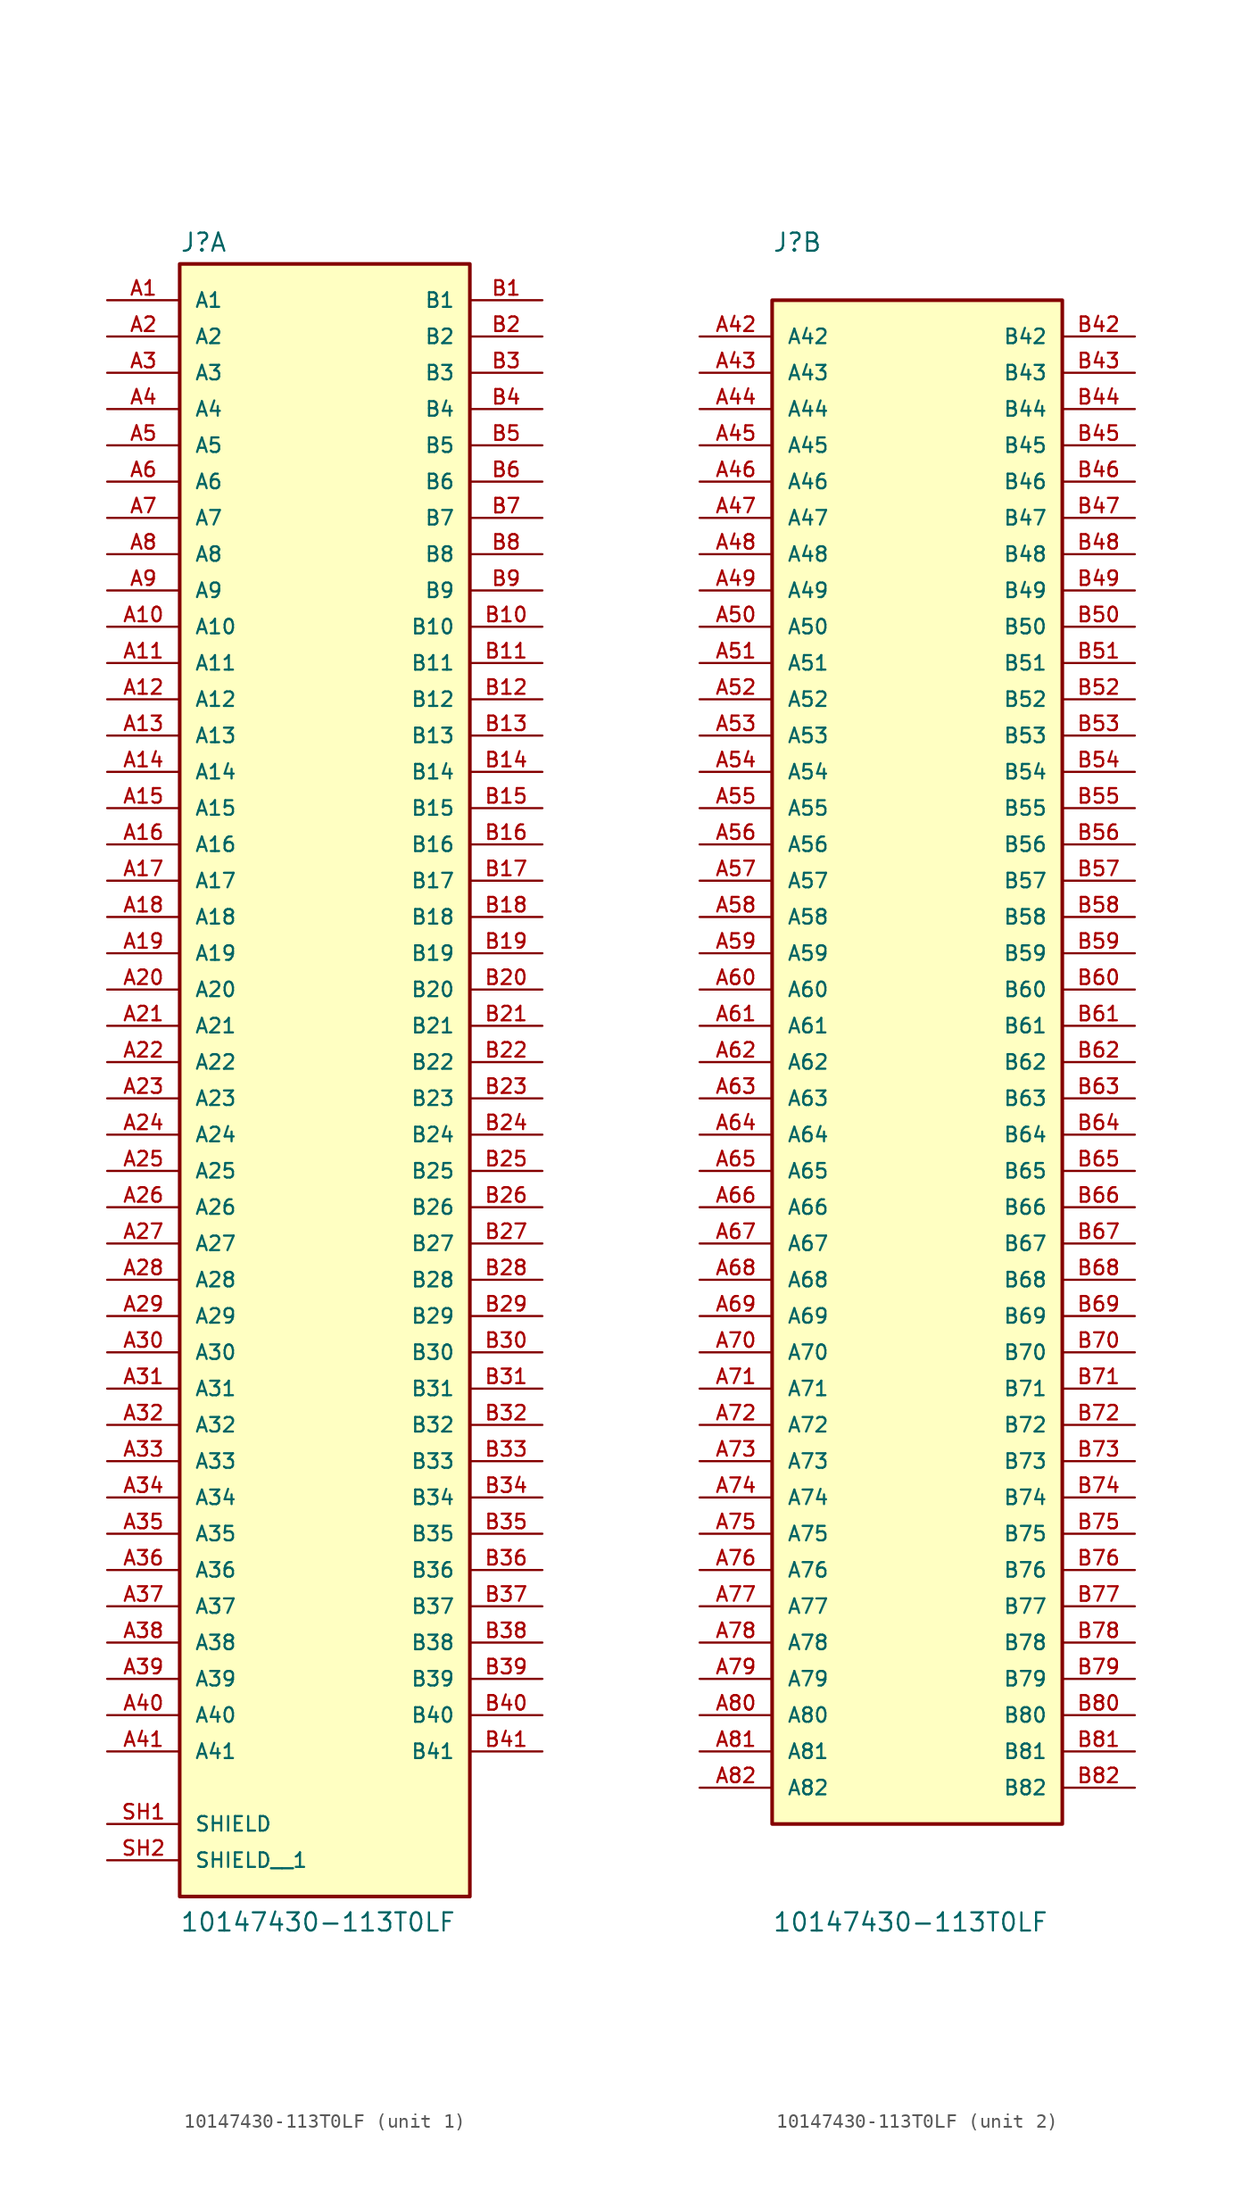
<source format=kicad_sym>
(kicad_symbol_lib
  (version 20231120)
  (generator "kicad_symbol_editor")
  (generator_version "8.0")
  (symbol "10147430-113T0LF"
    (pin_names
      (offset 1.016))
    (property "Reference" "J"
      (at -10.16 56.642 0)
      (effects (font (size 1.27 1.27)) (justify left bottom)))
    (property "Value" "10147430-113T0LF"
      (at -10.16 -60.96 0)
      (effects (font (size 1.27 1.27)) (justify left bottom)))
    (symbol "10147430-113T0LF_1_0"
      (rectangle (start -10.16 -58.42) (end 10.16 55.88) (stroke (width 0.254) (type default)) (fill (type background)))
      (pin passive line (at -15.24 53.34 0) (length 5.08) (name "A1" (effects (font (size 1.016 1.016)))) (number "A1" (effects (font (size 1.016 1.016)))))
      (pin passive line (at -15.24 30.48 0) (length 5.08) (name "A10" (effects (font (size 1.016 1.016)))) (number "A10" (effects (font (size 1.016 1.016)))))
      (pin passive line (at -15.24 27.94 0) (length 5.08) (name "A11" (effects (font (size 1.016 1.016)))) (number "A11" (effects (font (size 1.016 1.016)))))
      (pin passive line (at -15.24 25.4 0) (length 5.08) (name "A12" (effects (font (size 1.016 1.016)))) (number "A12" (effects (font (size 1.016 1.016)))))
      (pin passive line (at -15.24 22.86 0) (length 5.08) (name "A13" (effects (font (size 1.016 1.016)))) (number "A13" (effects (font (size 1.016 1.016)))))
      (pin passive line (at -15.24 20.32 0) (length 5.08) (name "A14" (effects (font (size 1.016 1.016)))) (number "A14" (effects (font (size 1.016 1.016)))))
      (pin passive line (at -15.24 17.78 0) (length 5.08) (name "A15" (effects (font (size 1.016 1.016)))) (number "A15" (effects (font (size 1.016 1.016)))))
      (pin passive line (at -15.24 15.24 0) (length 5.08) (name "A16" (effects (font (size 1.016 1.016)))) (number "A16" (effects (font (size 1.016 1.016)))))
      (pin passive line (at -15.24 12.7 0) (length 5.08) (name "A17" (effects (font (size 1.016 1.016)))) (number "A17" (effects (font (size 1.016 1.016)))))
      (pin passive line (at -15.24 10.16 0) (length 5.08) (name "A18" (effects (font (size 1.016 1.016)))) (number "A18" (effects (font (size 1.016 1.016)))))
      (pin passive line (at -15.24 7.62 0) (length 5.08) (name "A19" (effects (font (size 1.016 1.016)))) (number "A19" (effects (font (size 1.016 1.016)))))
      (pin passive line (at -15.24 50.8 0) (length 5.08) (name "A2" (effects (font (size 1.016 1.016)))) (number "A2" (effects (font (size 1.016 1.016)))))
      (pin passive line (at -15.24 5.08 0) (length 5.08) (name "A20" (effects (font (size 1.016 1.016)))) (number "A20" (effects (font (size 1.016 1.016)))))
      (pin passive line (at -15.24 2.54 0) (length 5.08) (name "A21" (effects (font (size 1.016 1.016)))) (number "A21" (effects (font (size 1.016 1.016)))))
      (pin passive line (at -15.24 0 0) (length 5.08) (name "A22" (effects (font (size 1.016 1.016)))) (number "A22" (effects (font (size 1.016 1.016)))))
      (pin passive line (at -15.24 -2.54 0) (length 5.08) (name "A23" (effects (font (size 1.016 1.016)))) (number "A23" (effects (font (size 1.016 1.016)))))
      (pin passive line (at -15.24 -5.08 0) (length 5.08) (name "A24" (effects (font (size 1.016 1.016)))) (number "A24" (effects (font (size 1.016 1.016)))))
      (pin passive line (at -15.24 -7.62 0) (length 5.08) (name "A25" (effects (font (size 1.016 1.016)))) (number "A25" (effects (font (size 1.016 1.016)))))
      (pin passive line (at -15.24 -10.16 0) (length 5.08) (name "A26" (effects (font (size 1.016 1.016)))) (number "A26" (effects (font (size 1.016 1.016)))))
      (pin passive line (at -15.24 -12.7 0) (length 5.08) (name "A27" (effects (font (size 1.016 1.016)))) (number "A27" (effects (font (size 1.016 1.016)))))
      (pin passive line (at -15.24 -15.24 0) (length 5.08) (name "A28" (effects (font (size 1.016 1.016)))) (number "A28" (effects (font (size 1.016 1.016)))))
      (pin passive line (at -15.24 -17.78 0) (length 5.08) (name "A29" (effects (font (size 1.016 1.016)))) (number "A29" (effects (font (size 1.016 1.016)))))
      (pin passive line (at -15.24 48.26 0) (length 5.08) (name "A3" (effects (font (size 1.016 1.016)))) (number "A3" (effects (font (size 1.016 1.016)))))
      (pin passive line (at -15.24 -20.32 0) (length 5.08) (name "A30" (effects (font (size 1.016 1.016)))) (number "A30" (effects (font (size 1.016 1.016)))))
      (pin passive line (at -15.24 -22.86 0) (length 5.08) (name "A31" (effects (font (size 1.016 1.016)))) (number "A31" (effects (font (size 1.016 1.016)))))
      (pin passive line (at -15.24 -25.4 0) (length 5.08) (name "A32" (effects (font (size 1.016 1.016)))) (number "A32" (effects (font (size 1.016 1.016)))))
      (pin passive line (at -15.24 -27.94 0) (length 5.08) (name "A33" (effects (font (size 1.016 1.016)))) (number "A33" (effects (font (size 1.016 1.016)))))
      (pin passive line (at -15.24 -30.48 0) (length 5.08) (name "A34" (effects (font (size 1.016 1.016)))) (number "A34" (effects (font (size 1.016 1.016)))))
      (pin passive line (at -15.24 -33.02 0) (length 5.08) (name "A35" (effects (font (size 1.016 1.016)))) (number "A35" (effects (font (size 1.016 1.016)))))
      (pin passive line (at -15.24 -35.56 0) (length 5.08) (name "A36" (effects (font (size 1.016 1.016)))) (number "A36" (effects (font (size 1.016 1.016)))))
      (pin passive line (at -15.24 -38.1 0) (length 5.08) (name "A37" (effects (font (size 1.016 1.016)))) (number "A37" (effects (font (size 1.016 1.016)))))
      (pin passive line (at -15.24 -40.64 0) (length 5.08) (name "A38" (effects (font (size 1.016 1.016)))) (number "A38" (effects (font (size 1.016 1.016)))))
      (pin passive line (at -15.24 -43.18 0) (length 5.08) (name "A39" (effects (font (size 1.016 1.016)))) (number "A39" (effects (font (size 1.016 1.016)))))
      (pin passive line (at -15.24 45.72 0) (length 5.08) (name "A4" (effects (font (size 1.016 1.016)))) (number "A4" (effects (font (size 1.016 1.016)))))
      (pin passive line (at -15.24 -45.72 0) (length 5.08) (name "A40" (effects (font (size 1.016 1.016)))) (number "A40" (effects (font (size 1.016 1.016)))))
      (pin passive line (at -15.24 -48.26 0) (length 5.08) (name "A41" (effects (font (size 1.016 1.016)))) (number "A41" (effects (font (size 1.016 1.016)))))
      (pin passive line (at -15.24 43.18 0) (length 5.08) (name "A5" (effects (font (size 1.016 1.016)))) (number "A5" (effects (font (size 1.016 1.016)))))
      (pin passive line (at -15.24 40.64 0) (length 5.08) (name "A6" (effects (font (size 1.016 1.016)))) (number "A6" (effects (font (size 1.016 1.016)))))
      (pin passive line (at -15.24 38.1 0) (length 5.08) (name "A7" (effects (font (size 1.016 1.016)))) (number "A7" (effects (font (size 1.016 1.016)))))
      (pin passive line (at -15.24 35.56 0) (length 5.08) (name "A8" (effects (font (size 1.016 1.016)))) (number "A8" (effects (font (size 1.016 1.016)))))
      (pin passive line (at -15.24 33.02 0) (length 5.08) (name "A9" (effects (font (size 1.016 1.016)))) (number "A9" (effects (font (size 1.016 1.016)))))
      (pin passive line (at 15.24 53.34 180) (length 5.08) (name "B1" (effects (font (size 1.016 1.016)))) (number "B1" (effects (font (size 1.016 1.016)))))
      (pin passive line (at 15.24 30.48 180) (length 5.08) (name "B10" (effects (font (size 1.016 1.016)))) (number "B10" (effects (font (size 1.016 1.016)))))
      (pin passive line (at 15.24 27.94 180) (length 5.08) (name "B11" (effects (font (size 1.016 1.016)))) (number "B11" (effects (font (size 1.016 1.016)))))
      (pin passive line (at 15.24 25.4 180) (length 5.08) (name "B12" (effects (font (size 1.016 1.016)))) (number "B12" (effects (font (size 1.016 1.016)))))
      (pin passive line (at 15.24 22.86 180) (length 5.08) (name "B13" (effects (font (size 1.016 1.016)))) (number "B13" (effects (font (size 1.016 1.016)))))
      (pin passive line (at 15.24 20.32 180) (length 5.08) (name "B14" (effects (font (size 1.016 1.016)))) (number "B14" (effects (font (size 1.016 1.016)))))
      (pin passive line (at 15.24 17.78 180) (length 5.08) (name "B15" (effects (font (size 1.016 1.016)))) (number "B15" (effects (font (size 1.016 1.016)))))
      (pin passive line (at 15.24 15.24 180) (length 5.08) (name "B16" (effects (font (size 1.016 1.016)))) (number "B16" (effects (font (size 1.016 1.016)))))
      (pin passive line (at 15.24 12.7 180) (length 5.08) (name "B17" (effects (font (size 1.016 1.016)))) (number "B17" (effects (font (size 1.016 1.016)))))
      (pin passive line (at 15.24 10.16 180) (length 5.08) (name "B18" (effects (font (size 1.016 1.016)))) (number "B18" (effects (font (size 1.016 1.016)))))
      (pin passive line (at 15.24 7.62 180) (length 5.08) (name "B19" (effects (font (size 1.016 1.016)))) (number "B19" (effects (font (size 1.016 1.016)))))
      (pin passive line (at 15.24 50.8 180) (length 5.08) (name "B2" (effects (font (size 1.016 1.016)))) (number "B2" (effects (font (size 1.016 1.016)))))
      (pin passive line (at 15.24 5.08 180) (length 5.08) (name "B20" (effects (font (size 1.016 1.016)))) (number "B20" (effects (font (size 1.016 1.016)))))
      (pin passive line (at 15.24 2.54 180) (length 5.08) (name "B21" (effects (font (size 1.016 1.016)))) (number "B21" (effects (font (size 1.016 1.016)))))
      (pin passive line (at 15.24 0 180) (length 5.08) (name "B22" (effects (font (size 1.016 1.016)))) (number "B22" (effects (font (size 1.016 1.016)))))
      (pin passive line (at 15.24 -2.54 180) (length 5.08) (name "B23" (effects (font (size 1.016 1.016)))) (number "B23" (effects (font (size 1.016 1.016)))))
      (pin passive line (at 15.24 -5.08 180) (length 5.08) (name "B24" (effects (font (size 1.016 1.016)))) (number "B24" (effects (font (size 1.016 1.016)))))
      (pin passive line (at 15.24 -7.62 180) (length 5.08) (name "B25" (effects (font (size 1.016 1.016)))) (number "B25" (effects (font (size 1.016 1.016)))))
      (pin passive line (at 15.24 -10.16 180) (length 5.08) (name "B26" (effects (font (size 1.016 1.016)))) (number "B26" (effects (font (size 1.016 1.016)))))
      (pin passive line (at 15.24 -12.7 180) (length 5.08) (name "B27" (effects (font (size 1.016 1.016)))) (number "B27" (effects (font (size 1.016 1.016)))))
      (pin passive line (at 15.24 -15.24 180) (length 5.08) (name "B28" (effects (font (size 1.016 1.016)))) (number "B28" (effects (font (size 1.016 1.016)))))
      (pin passive line (at 15.24 -17.78 180) (length 5.08) (name "B29" (effects (font (size 1.016 1.016)))) (number "B29" (effects (font (size 1.016 1.016)))))
      (pin passive line (at 15.24 48.26 180) (length 5.08) (name "B3" (effects (font (size 1.016 1.016)))) (number "B3" (effects (font (size 1.016 1.016)))))
      (pin passive line (at 15.24 -20.32 180) (length 5.08) (name "B30" (effects (font (size 1.016 1.016)))) (number "B30" (effects (font (size 1.016 1.016)))))
      (pin passive line (at 15.24 -22.86 180) (length 5.08) (name "B31" (effects (font (size 1.016 1.016)))) (number "B31" (effects (font (size 1.016 1.016)))))
      (pin passive line (at 15.24 -25.4 180) (length 5.08) (name "B32" (effects (font (size 1.016 1.016)))) (number "B32" (effects (font (size 1.016 1.016)))))
      (pin passive line (at 15.24 -27.94 180) (length 5.08) (name "B33" (effects (font (size 1.016 1.016)))) (number "B33" (effects (font (size 1.016 1.016)))))
      (pin passive line (at 15.24 -30.48 180) (length 5.08) (name "B34" (effects (font (size 1.016 1.016)))) (number "B34" (effects (font (size 1.016 1.016)))))
      (pin passive line (at 15.24 -33.02 180) (length 5.08) (name "B35" (effects (font (size 1.016 1.016)))) (number "B35" (effects (font (size 1.016 1.016)))))
      (pin passive line (at 15.24 -35.56 180) (length 5.08) (name "B36" (effects (font (size 1.016 1.016)))) (number "B36" (effects (font (size 1.016 1.016)))))
      (pin passive line (at 15.24 -38.1 180) (length 5.08) (name "B37" (effects (font (size 1.016 1.016)))) (number "B37" (effects (font (size 1.016 1.016)))))
      (pin passive line (at 15.24 -40.64 180) (length 5.08) (name "B38" (effects (font (size 1.016 1.016)))) (number "B38" (effects (font (size 1.016 1.016)))))
      (pin passive line (at 15.24 -43.18 180) (length 5.08) (name "B39" (effects (font (size 1.016 1.016)))) (number "B39" (effects (font (size 1.016 1.016)))))
      (pin passive line (at 15.24 45.72 180) (length 5.08) (name "B4" (effects (font (size 1.016 1.016)))) (number "B4" (effects (font (size 1.016 1.016)))))
      (pin passive line (at 15.24 -45.72 180) (length 5.08) (name "B40" (effects (font (size 1.016 1.016)))) (number "B40" (effects (font (size 1.016 1.016)))))
      (pin passive line (at 15.24 -48.26 180) (length 5.08) (name "B41" (effects (font (size 1.016 1.016)))) (number "B41" (effects (font (size 1.016 1.016)))))
      (pin passive line (at 15.24 43.18 180) (length 5.08) (name "B5" (effects (font (size 1.016 1.016)))) (number "B5" (effects (font (size 1.016 1.016)))))
      (pin passive line (at 15.24 40.64 180) (length 5.08) (name "B6" (effects (font (size 1.016 1.016)))) (number "B6" (effects (font (size 1.016 1.016)))))
      (pin passive line (at 15.24 38.1 180) (length 5.08) (name "B7" (effects (font (size 1.016 1.016)))) (number "B7" (effects (font (size 1.016 1.016)))))
      (pin passive line (at 15.24 35.56 180) (length 5.08) (name "B8" (effects (font (size 1.016 1.016)))) (number "B8" (effects (font (size 1.016 1.016)))))
      (pin passive line (at 15.24 33.02 180) (length 5.08) (name "B9" (effects (font (size 1.016 1.016)))) (number "B9" (effects (font (size 1.016 1.016)))))
      (pin passive line (at -15.24 -53.34 0) (length 5.08) (name "SHIELD" (effects (font (size 1.016 1.016)))) (number "SH1" (effects (font (size 1.016 1.016)))))
      (pin passive line (at -15.24 -55.88 0) (length 5.08) (name "SHIELD__1" (effects (font (size 1.016 1.016)))) (number "SH2" (effects (font (size 1.016 1.016))))))
    (symbol "10147430-113T0LF_2_0"
      (rectangle (start -10.16 -53.34) (end 10.16 53.34) (stroke (width 0.254) (type default)) (fill (type background)))
      (pin passive line (at -15.24 50.8 0) (length 5.08) (name "A42" (effects (font (size 1.016 1.016)))) (number "A42" (effects (font (size 1.016 1.016)))))
      (pin passive line (at -15.24 48.26 0) (length 5.08) (name "A43" (effects (font (size 1.016 1.016)))) (number "A43" (effects (font (size 1.016 1.016)))))
      (pin passive line (at -15.24 45.72 0) (length 5.08) (name "A44" (effects (font (size 1.016 1.016)))) (number "A44" (effects (font (size 1.016 1.016)))))
      (pin passive line (at -15.24 43.18 0) (length 5.08) (name "A45" (effects (font (size 1.016 1.016)))) (number "A45" (effects (font (size 1.016 1.016)))))
      (pin passive line (at -15.24 40.64 0) (length 5.08) (name "A46" (effects (font (size 1.016 1.016)))) (number "A46" (effects (font (size 1.016 1.016)))))
      (pin passive line (at -15.24 38.1 0) (length 5.08) (name "A47" (effects (font (size 1.016 1.016)))) (number "A47" (effects (font (size 1.016 1.016)))))
      (pin passive line (at -15.24 35.56 0) (length 5.08) (name "A48" (effects (font (size 1.016 1.016)))) (number "A48" (effects (font (size 1.016 1.016)))))
      (pin passive line (at -15.24 33.02 0) (length 5.08) (name "A49" (effects (font (size 1.016 1.016)))) (number "A49" (effects (font (size 1.016 1.016)))))
      (pin passive line (at -15.24 30.48 0) (length 5.08) (name "A50" (effects (font (size 1.016 1.016)))) (number "A50" (effects (font (size 1.016 1.016)))))
      (pin passive line (at -15.24 27.94 0) (length 5.08) (name "A51" (effects (font (size 1.016 1.016)))) (number "A51" (effects (font (size 1.016 1.016)))))
      (pin passive line (at -15.24 25.4 0) (length 5.08) (name "A52" (effects (font (size 1.016 1.016)))) (number "A52" (effects (font (size 1.016 1.016)))))
      (pin passive line (at -15.24 22.86 0) (length 5.08) (name "A53" (effects (font (size 1.016 1.016)))) (number "A53" (effects (font (size 1.016 1.016)))))
      (pin passive line (at -15.24 20.32 0) (length 5.08) (name "A54" (effects (font (size 1.016 1.016)))) (number "A54" (effects (font (size 1.016 1.016)))))
      (pin passive line (at -15.24 17.78 0) (length 5.08) (name "A55" (effects (font (size 1.016 1.016)))) (number "A55" (effects (font (size 1.016 1.016)))))
      (pin passive line (at -15.24 15.24 0) (length 5.08) (name "A56" (effects (font (size 1.016 1.016)))) (number "A56" (effects (font (size 1.016 1.016)))))
      (pin passive line (at -15.24 12.7 0) (length 5.08) (name "A57" (effects (font (size 1.016 1.016)))) (number "A57" (effects (font (size 1.016 1.016)))))
      (pin passive line (at -15.24 10.16 0) (length 5.08) (name "A58" (effects (font (size 1.016 1.016)))) (number "A58" (effects (font (size 1.016 1.016)))))
      (pin passive line (at -15.24 7.62 0) (length 5.08) (name "A59" (effects (font (size 1.016 1.016)))) (number "A59" (effects (font (size 1.016 1.016)))))
      (pin passive line (at -15.24 5.08 0) (length 5.08) (name "A60" (effects (font (size 1.016 1.016)))) (number "A60" (effects (font (size 1.016 1.016)))))
      (pin passive line (at -15.24 2.54 0) (length 5.08) (name "A61" (effects (font (size 1.016 1.016)))) (number "A61" (effects (font (size 1.016 1.016)))))
      (pin passive line (at -15.24 0 0) (length 5.08) (name "A62" (effects (font (size 1.016 1.016)))) (number "A62" (effects (font (size 1.016 1.016)))))
      (pin passive line (at -15.24 -2.54 0) (length 5.08) (name "A63" (effects (font (size 1.016 1.016)))) (number "A63" (effects (font (size 1.016 1.016)))))
      (pin passive line (at -15.24 -5.08 0) (length 5.08) (name "A64" (effects (font (size 1.016 1.016)))) (number "A64" (effects (font (size 1.016 1.016)))))
      (pin passive line (at -15.24 -7.62 0) (length 5.08) (name "A65" (effects (font (size 1.016 1.016)))) (number "A65" (effects (font (size 1.016 1.016)))))
      (pin passive line (at -15.24 -10.16 0) (length 5.08) (name "A66" (effects (font (size 1.016 1.016)))) (number "A66" (effects (font (size 1.016 1.016)))))
      (pin passive line (at -15.24 -12.7 0) (length 5.08) (name "A67" (effects (font (size 1.016 1.016)))) (number "A67" (effects (font (size 1.016 1.016)))))
      (pin passive line (at -15.24 -15.24 0) (length 5.08) (name "A68" (effects (font (size 1.016 1.016)))) (number "A68" (effects (font (size 1.016 1.016)))))
      (pin passive line (at -15.24 -17.78 0) (length 5.08) (name "A69" (effects (font (size 1.016 1.016)))) (number "A69" (effects (font (size 1.016 1.016)))))
      (pin passive line (at -15.24 -20.32 0) (length 5.08) (name "A70" (effects (font (size 1.016 1.016)))) (number "A70" (effects (font (size 1.016 1.016)))))
      (pin passive line (at -15.24 -22.86 0) (length 5.08) (name "A71" (effects (font (size 1.016 1.016)))) (number "A71" (effects (font (size 1.016 1.016)))))
      (pin passive line (at -15.24 -25.4 0) (length 5.08) (name "A72" (effects (font (size 1.016 1.016)))) (number "A72" (effects (font (size 1.016 1.016)))))
      (pin passive line (at -15.24 -27.94 0) (length 5.08) (name "A73" (effects (font (size 1.016 1.016)))) (number "A73" (effects (font (size 1.016 1.016)))))
      (pin passive line (at -15.24 -30.48 0) (length 5.08) (name "A74" (effects (font (size 1.016 1.016)))) (number "A74" (effects (font (size 1.016 1.016)))))
      (pin passive line (at -15.24 -33.02 0) (length 5.08) (name "A75" (effects (font (size 1.016 1.016)))) (number "A75" (effects (font (size 1.016 1.016)))))
      (pin passive line (at -15.24 -35.56 0) (length 5.08) (name "A76" (effects (font (size 1.016 1.016)))) (number "A76" (effects (font (size 1.016 1.016)))))
      (pin passive line (at -15.24 -38.1 0) (length 5.08) (name "A77" (effects (font (size 1.016 1.016)))) (number "A77" (effects (font (size 1.016 1.016)))))
      (pin passive line (at -15.24 -40.64 0) (length 5.08) (name "A78" (effects (font (size 1.016 1.016)))) (number "A78" (effects (font (size 1.016 1.016)))))
      (pin passive line (at -15.24 -43.18 0) (length 5.08) (name "A79" (effects (font (size 1.016 1.016)))) (number "A79" (effects (font (size 1.016 1.016)))))
      (pin passive line (at -15.24 -45.72 0) (length 5.08) (name "A80" (effects (font (size 1.016 1.016)))) (number "A80" (effects (font (size 1.016 1.016)))))
      (pin passive line (at -15.24 -48.26 0) (length 5.08) (name "A81" (effects (font (size 1.016 1.016)))) (number "A81" (effects (font (size 1.016 1.016)))))
      (pin passive line (at -15.24 -50.8 0) (length 5.08) (name "A82" (effects (font (size 1.016 1.016)))) (number "A82" (effects (font (size 1.016 1.016)))))
      (pin passive line (at 15.24 50.8 180) (length 5.08) (name "B42" (effects (font (size 1.016 1.016)))) (number "B42" (effects (font (size 1.016 1.016)))))
      (pin passive line (at 15.24 48.26 180) (length 5.08) (name "B43" (effects (font (size 1.016 1.016)))) (number "B43" (effects (font (size 1.016 1.016)))))
      (pin passive line (at 15.24 45.72 180) (length 5.08) (name "B44" (effects (font (size 1.016 1.016)))) (number "B44" (effects (font (size 1.016 1.016)))))
      (pin passive line (at 15.24 43.18 180) (length 5.08) (name "B45" (effects (font (size 1.016 1.016)))) (number "B45" (effects (font (size 1.016 1.016)))))
      (pin passive line (at 15.24 40.64 180) (length 5.08) (name "B46" (effects (font (size 1.016 1.016)))) (number "B46" (effects (font (size 1.016 1.016)))))
      (pin passive line (at 15.24 38.1 180) (length 5.08) (name "B47" (effects (font (size 1.016 1.016)))) (number "B47" (effects (font (size 1.016 1.016)))))
      (pin passive line (at 15.24 35.56 180) (length 5.08) (name "B48" (effects (font (size 1.016 1.016)))) (number "B48" (effects (font (size 1.016 1.016)))))
      (pin passive line (at 15.24 33.02 180) (length 5.08) (name "B49" (effects (font (size 1.016 1.016)))) (number "B49" (effects (font (size 1.016 1.016)))))
      (pin passive line (at 15.24 30.48 180) (length 5.08) (name "B50" (effects (font (size 1.016 1.016)))) (number "B50" (effects (font (size 1.016 1.016)))))
      (pin passive line (at 15.24 27.94 180) (length 5.08) (name "B51" (effects (font (size 1.016 1.016)))) (number "B51" (effects (font (size 1.016 1.016)))))
      (pin passive line (at 15.24 25.4 180) (length 5.08) (name "B52" (effects (font (size 1.016 1.016)))) (number "B52" (effects (font (size 1.016 1.016)))))
      (pin passive line (at 15.24 22.86 180) (length 5.08) (name "B53" (effects (font (size 1.016 1.016)))) (number "B53" (effects (font (size 1.016 1.016)))))
      (pin passive line (at 15.24 20.32 180) (length 5.08) (name "B54" (effects (font (size 1.016 1.016)))) (number "B54" (effects (font (size 1.016 1.016)))))
      (pin passive line (at 15.24 17.78 180) (length 5.08) (name "B55" (effects (font (size 1.016 1.016)))) (number "B55" (effects (font (size 1.016 1.016)))))
      (pin passive line (at 15.24 15.24 180) (length 5.08) (name "B56" (effects (font (size 1.016 1.016)))) (number "B56" (effects (font (size 1.016 1.016)))))
      (pin passive line (at 15.24 12.7 180) (length 5.08) (name "B57" (effects (font (size 1.016 1.016)))) (number "B57" (effects (font (size 1.016 1.016)))))
      (pin passive line (at 15.24 10.16 180) (length 5.08) (name "B58" (effects (font (size 1.016 1.016)))) (number "B58" (effects (font (size 1.016 1.016)))))
      (pin passive line (at 15.24 7.62 180) (length 5.08) (name "B59" (effects (font (size 1.016 1.016)))) (number "B59" (effects (font (size 1.016 1.016)))))
      (pin passive line (at 15.24 5.08 180) (length 5.08) (name "B60" (effects (font (size 1.016 1.016)))) (number "B60" (effects (font (size 1.016 1.016)))))
      (pin passive line (at 15.24 2.54 180) (length 5.08) (name "B61" (effects (font (size 1.016 1.016)))) (number "B61" (effects (font (size 1.016 1.016)))))
      (pin passive line (at 15.24 0 180) (length 5.08) (name "B62" (effects (font (size 1.016 1.016)))) (number "B62" (effects (font (size 1.016 1.016)))))
      (pin passive line (at 15.24 -2.54 180) (length 5.08) (name "B63" (effects (font (size 1.016 1.016)))) (number "B63" (effects (font (size 1.016 1.016)))))
      (pin passive line (at 15.24 -5.08 180) (length 5.08) (name "B64" (effects (font (size 1.016 1.016)))) (number "B64" (effects (font (size 1.016 1.016)))))
      (pin passive line (at 15.24 -7.62 180) (length 5.08) (name "B65" (effects (font (size 1.016 1.016)))) (number "B65" (effects (font (size 1.016 1.016)))))
      (pin passive line (at 15.24 -10.16 180) (length 5.08) (name "B66" (effects (font (size 1.016 1.016)))) (number "B66" (effects (font (size 1.016 1.016)))))
      (pin passive line (at 15.24 -12.7 180) (length 5.08) (name "B67" (effects (font (size 1.016 1.016)))) (number "B67" (effects (font (size 1.016 1.016)))))
      (pin passive line (at 15.24 -15.24 180) (length 5.08) (name "B68" (effects (font (size 1.016 1.016)))) (number "B68" (effects (font (size 1.016 1.016)))))
      (pin passive line (at 15.24 -17.78 180) (length 5.08) (name "B69" (effects (font (size 1.016 1.016)))) (number "B69" (effects (font (size 1.016 1.016)))))
      (pin passive line (at 15.24 -20.32 180) (length 5.08) (name "B70" (effects (font (size 1.016 1.016)))) (number "B70" (effects (font (size 1.016 1.016)))))
      (pin passive line (at 15.24 -22.86 180) (length 5.08) (name "B71" (effects (font (size 1.016 1.016)))) (number "B71" (effects (font (size 1.016 1.016)))))
      (pin passive line (at 15.24 -25.4 180) (length 5.08) (name "B72" (effects (font (size 1.016 1.016)))) (number "B72" (effects (font (size 1.016 1.016)))))
      (pin passive line (at 15.24 -27.94 180) (length 5.08) (name "B73" (effects (font (size 1.016 1.016)))) (number "B73" (effects (font (size 1.016 1.016)))))
      (pin passive line (at 15.24 -30.48 180) (length 5.08) (name "B74" (effects (font (size 1.016 1.016)))) (number "B74" (effects (font (size 1.016 1.016)))))
      (pin passive line (at 15.24 -33.02 180) (length 5.08) (name "B75" (effects (font (size 1.016 1.016)))) (number "B75" (effects (font (size 1.016 1.016)))))
      (pin passive line (at 15.24 -35.56 180) (length 5.08) (name "B76" (effects (font (size 1.016 1.016)))) (number "B76" (effects (font (size 1.016 1.016)))))
      (pin passive line (at 15.24 -38.1 180) (length 5.08) (name "B77" (effects (font (size 1.016 1.016)))) (number "B77" (effects (font (size 1.016 1.016)))))
      (pin passive line (at 15.24 -40.64 180) (length 5.08) (name "B78" (effects (font (size 1.016 1.016)))) (number "B78" (effects (font (size 1.016 1.016)))))
      (pin passive line (at 15.24 -43.18 180) (length 5.08) (name "B79" (effects (font (size 1.016 1.016)))) (number "B79" (effects (font (size 1.016 1.016)))))
      (pin passive line (at 15.24 -45.72 180) (length 5.08) (name "B80" (effects (font (size 1.016 1.016)))) (number "B80" (effects (font (size 1.016 1.016)))))
      (pin passive line (at 15.24 -48.26 180) (length 5.08) (name "B81" (effects (font (size 1.016 1.016)))) (number "B81" (effects (font (size 1.016 1.016)))))
      (pin passive line (at 15.24 -50.8 180) (length 5.08) (name "B82" (effects (font (size 1.016 1.016)))) (number "B82" (effects (font (size 1.016 1.016))))))))
</source>
